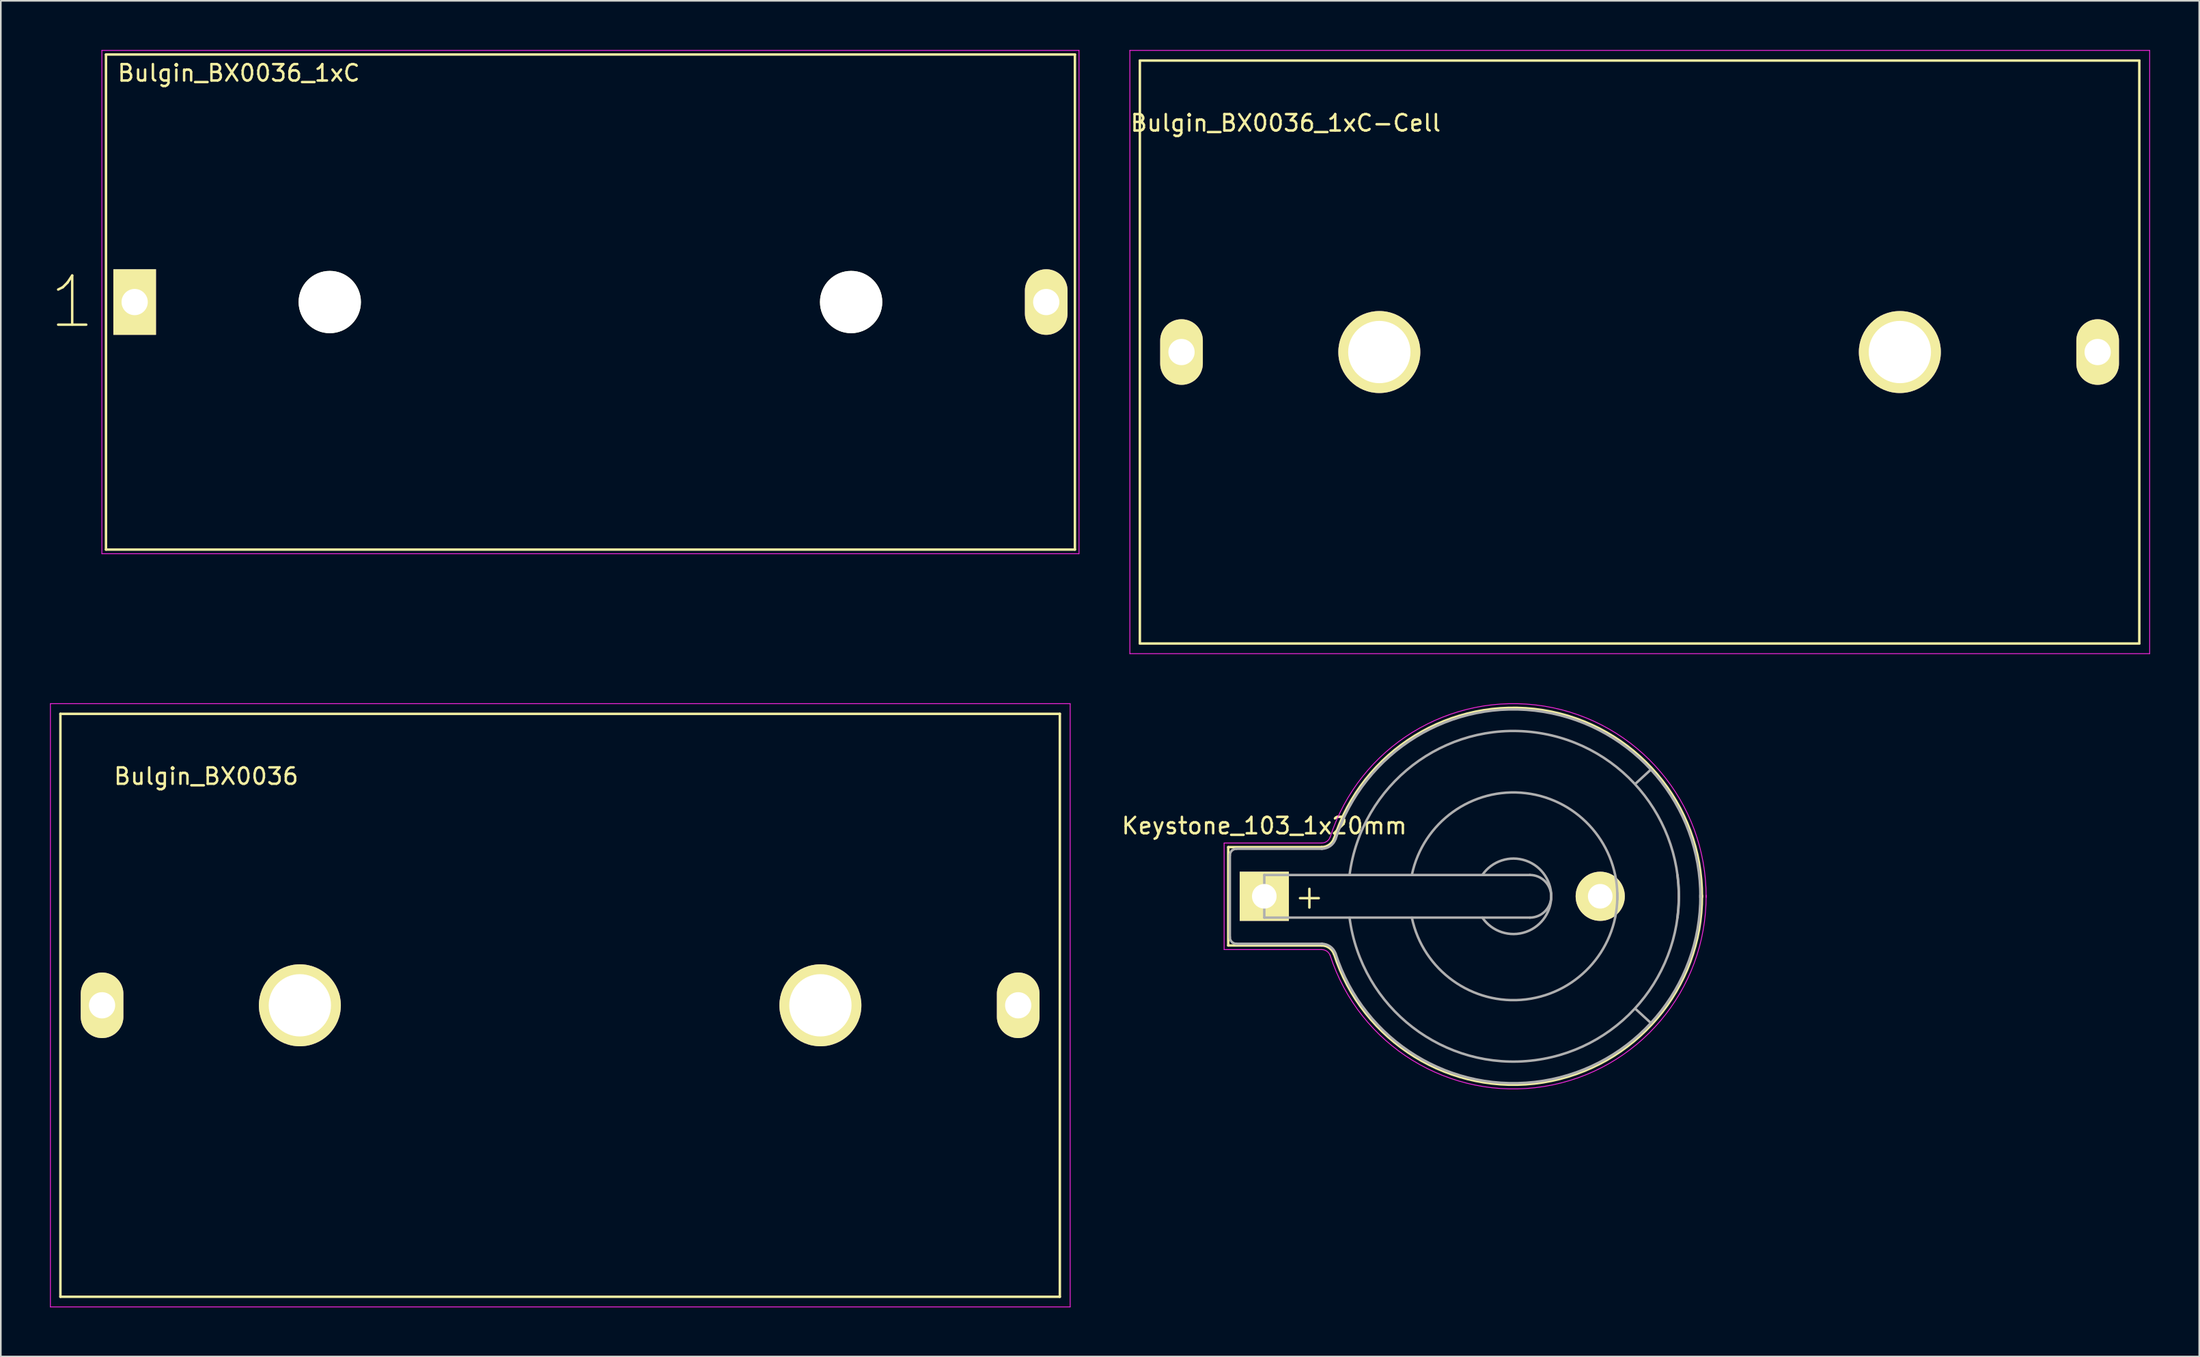
<source format=kicad_pcb>
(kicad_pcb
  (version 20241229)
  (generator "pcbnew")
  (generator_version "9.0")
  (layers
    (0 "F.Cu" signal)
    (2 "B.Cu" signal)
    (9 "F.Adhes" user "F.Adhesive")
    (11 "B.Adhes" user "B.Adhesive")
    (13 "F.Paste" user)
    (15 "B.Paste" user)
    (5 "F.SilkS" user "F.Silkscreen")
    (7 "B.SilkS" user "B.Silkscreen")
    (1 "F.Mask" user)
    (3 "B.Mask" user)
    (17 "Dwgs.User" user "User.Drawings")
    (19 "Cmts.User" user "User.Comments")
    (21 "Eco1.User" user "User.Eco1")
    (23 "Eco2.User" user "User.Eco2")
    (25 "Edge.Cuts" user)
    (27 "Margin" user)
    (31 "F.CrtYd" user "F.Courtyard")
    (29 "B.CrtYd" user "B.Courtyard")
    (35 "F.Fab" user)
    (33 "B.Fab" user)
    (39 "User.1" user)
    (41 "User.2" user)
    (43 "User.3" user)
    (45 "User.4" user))
  (footprint "Keystone_103_1x20mm"
    (layer "F.Cu")
    (at 74.065 51.625)
    (property "Reference" "Keystone_103_1x20mm" (at 0 -4.3 0) (layer "F.SilkS") (effects (font (size 1 1) (thickness 0.15))))
    (attr through_hole)
    (fp_line (start -2.2 -3) (end 3.5 -3) (stroke (width 0.15) (type solid)) (layer "F.SilkS"))
    (fp_line (start -2.2 3) (end -2.2 -3) (stroke (width 0.15) (type solid)) (layer "F.SilkS"))
    (fp_line (start -2.2 3) (end 3.5 3) (stroke (width 0.15) (type solid)) (layer "F.SilkS"))
    (fp_arc (start 3.5 3) (mid 3.958861 3.144678) (end 4.251754 3.526384) (stroke (width 0.15) (type solid)) (layer "F.SilkS"))
    (fp_arc (start 4.25 -3.5) (mid 16.993514 -11.35499) (end 26.695671 0.045281) (stroke (width 0.15) (type solid)) (layer "F.SilkS"))
    (fp_arc (start 4.251754 -3.526384) (mid 3.958861 -3.144678) (end 3.5 -3) (stroke (width 0.15) (type solid)) (layer "F.SilkS"))
    (fp_arc (start 26.695671 -0.045281) (mid 16.993514 11.35499) (end 4.25 3.5) (stroke (width 0.15) (type solid)) (layer "F.SilkS"))
    (fp_line (start -2.45 -3.25) (end 3.5 -3.25) (stroke (width 0.05) (type solid)) (layer "F.CrtYd"))
    (fp_line (start -2.45 3.25) (end -2.45 -3.25) (stroke (width 0.05) (type solid)) (layer "F.CrtYd"))
    (fp_line (start -2.45 3.25) (end 3.5 3.25) (stroke (width 0.05) (type solid)) (layer "F.CrtYd"))
    (fp_arc (start 3.5 3.25) (mid 3.815467 3.349466) (end 4.016831 3.611889) (stroke (width 0.05) (type solid)) (layer "F.CrtYd"))
    (fp_arc (start 4.015 -3.6) (mid 17.056602 -11.602468) (end 26.949865 0.069987) (stroke (width 0.05) (type solid)) (layer "F.CrtYd"))
    (fp_arc (start 4.016831 -3.611889) (mid 3.815467 -3.349466) (end 3.5 -3.25) (stroke (width 0.05) (type solid)) (layer "F.CrtYd"))
    (fp_arc (start 26.949865 -0.069987) (mid 17.056602 11.602468) (end 4.015 3.6) (stroke (width 0.05) (type solid)) (layer "F.CrtYd"))
    (fp_line (start -2.1 -2.5) (end -2.1 2.5) (stroke (width 0.15) (type solid)) (layer "F.Fab"))
    (fp_line (start -1.7 2.9) (end 3.531 2.9) (stroke (width 0.15) (type solid)) (layer "F.Fab"))
    (fp_line (start 0 -1.3) (end 0 1.3) (stroke (width 0.15) (type solid)) (layer "F.Fab"))
    (fp_line (start 0 1.3) (end 16.2 1.3) (stroke (width 0.15) (type solid)) (layer "F.Fab"))
    (fp_line (start 3.531 -2.9) (end -1.7 -2.9) (stroke (width 0.15) (type solid)) (layer "F.Fab"))
    (fp_line (start 16.2 -1.3) (end 0 -1.3) (stroke (width 0.15) (type solid)) (layer "F.Fab"))
    (fp_line (start 23.571 -7.722) (end 22.631 -6.858) (stroke (width 0.15) (type solid)) (layer "F.Fab"))
    (fp_line (start 23.571 7.722) (end 22.657 6.883) (stroke (width 0.15) (type solid)) (layer "F.Fab"))
    (fp_arc (start -2.1 -2.5) (mid -1.982843 -2.782843) (end -1.7 -2.9) (stroke (width 0.15) (type solid)) (layer "F.Fab"))
    (fp_arc (start -1.7 2.9) (mid -1.982843 2.782843) (end -2.1 2.5) (stroke (width 0.15) (type solid)) (layer "F.Fab"))
    (fp_arc (start 3.5 2.9) (mid 4.016219 3.062763) (end 4.345723 3.492182) (stroke (width 0.15) (type solid)) (layer "F.Fab"))
    (fp_arc (start 4.345723 -3.492182) (mid 4.016219 -3.062763) (end 3.5 -2.9) (stroke (width 0.15) (type solid)) (layer "F.Fab"))
    (fp_arc (start 4.35 -3.5) (mid 17.008726 -11.256154) (end 26.600299 0.075351) (stroke (width 0.15) (type solid)) (layer "F.Fab"))
    (fp_arc (start 5.2 -1.3) (mid 16.5 -10) (end 25.2 1.3) (stroke (width 0.15) (type solid)) (layer "F.Fab"))
    (fp_arc (start 9 -1.3) (mid 15.954687 -6.28971) (end 21.531551 0.203631) (stroke (width 0.15) (type solid)) (layer "F.Fab"))
    (fp_arc (start 13.3 -1.3) (mid 15.963947 -2.171724) (end 17.495448 0.175833) (stroke (width 0.15) (type solid)) (layer "F.Fab"))
    (fp_arc (start 16.2 -1.3) (mid 17.5 0) (end 16.2 1.3) (stroke (width 0.15) (type solid)) (layer "F.Fab"))
    (fp_arc (start 17.495448 -0.175833) (mid 15.963947 2.171724) (end 13.3 1.3) (stroke (width 0.15) (type solid)) (layer "F.Fab"))
    (fp_arc (start 21.531551 -0.203631) (mid 15.954687 6.28971) (end 9 1.3) (stroke (width 0.15) (type solid)) (layer "F.Fab"))
    (fp_arc (start 25.2 -1.3) (mid 16.5 10) (end 5.2 1.3) (stroke (width 0.15) (type solid)) (layer "F.Fab"))
    (fp_arc (start 26.600299 -0.075351) (mid 17.008726 11.256154) (end 4.35 3.5) (stroke (width 0.15) (type solid)) (layer "F.Fab"))
    (fp_text user "+" (at 2.75 0 0) (layer "F.SilkS") (effects (font (size 1.5 1.5) (thickness 0.15))))
    (pad "1" thru_hole rect (at 0 0) (size 3 3) (drill 1.5) (layers "*.Cu" "*.Mask" "F.SilkS"))
    (pad "2" thru_hole circle (at 20.49 0) (size 3 3) (drill 1.5) (layers "*.Cu" "*.Mask" "F.SilkS")))
  (footprint "Bulgin_BX0036_1xC"
    (layer "F.Cu")
    (at 5.164 15.375)
    (property "Reference" "Bulgin_BX0036_1xC" (at 6.35 -13.97 180) (layer "F.SilkS") (effects (font (size 1 1) (thickness 0.15))))
    (attr through_hole)
    (fp_line (start -1.75 -15.1) (end -1.75 15.1) (stroke (width 0.15) (type solid)) (layer "F.SilkS"))
    (fp_line (start -1.75 -15.1) (end 57.35 -15.1) (stroke (width 0.15) (type solid)) (layer "F.SilkS"))
    (fp_line (start -1.75 15.1) (end 57.35 15.1) (stroke (width 0.15) (type solid)) (layer "F.SilkS"))
    (fp_line (start 57.35 -15.1) (end 57.35 15.1) (stroke (width 0.15) (type solid)) (layer "F.SilkS"))
    (fp_line (start -2 -15.35) (end 57.6 -15.35) (stroke (width 0.05) (type solid)) (layer "F.CrtYd"))
    (fp_line (start -2 15.35) (end -2 -15.35) (stroke (width 0.05) (type solid)) (layer "F.CrtYd"))
    (fp_line (start 57.6 -15.35) (end 57.6 15.35) (stroke (width 0.05) (type solid)) (layer "F.CrtYd"))
    (fp_line (start 57.6 15.35) (end -2 15.35) (stroke (width 0.05) (type solid)) (layer "F.CrtYd"))
    (fp_text user "1" (at -3.81 0 0) (layer "F.SilkS") (effects (font (size 3 3) (thickness 0.15))))
    (pad "" np_thru_hole circle (at 11.9 0) (size 3.8 3.8) (drill 3.8) (layers "*.Cu" "*.Mask" "F.SilkS"))
    (pad "" np_thru_hole circle (at 43.7 0) (size 3.8 3.8) (drill 3.8) (layers "*.Cu" "*.Mask" "F.SilkS"))
    (pad "1" thru_hole rect (at 0 0) (size 2.6 4) (drill 1.6) (layers "*.Cu" "*.Mask" "F.SilkS"))
    (pad "2" thru_hole oval (at 55.6 0) (size 2.6 4) (drill 1.6) (layers "*.Cu" "*.Mask" "F.SilkS")))
  (footprint "Bulgin_BX0036_1xC-Cell"
    (layer "F.Cu")
    (at 69.016 18.425)
    (property "Reference" "Bulgin_BX0036_1xC-Cell" (at 6.35 -13.97 180) (layer "F.SilkS") (effects (font (size 1 1) (thickness 0.15))))
    (attr through_hole)
    (fp_line (start -2.54 -17.78) (end -2.54 17.78) (stroke (width 0.15) (type solid)) (layer "F.SilkS"))
    (fp_line (start -2.54 -17.78) (end 58.42 -17.78) (stroke (width 0.15) (type solid)) (layer "F.SilkS"))
    (fp_line (start -2.54 17.78) (end 58.42 17.78) (stroke (width 0.15) (type solid)) (layer "F.SilkS"))
    (fp_line (start 58.42 -17.78) (end 58.42 17.78) (stroke (width 0.15) (type solid)) (layer "F.SilkS"))
    (fp_line (start -3.15 -18.4) (end 59.05 -18.4) (stroke (width 0.05) (type solid)) (layer "F.CrtYd"))
    (fp_line (start -3.15 18.4) (end -3.15 -18.4) (stroke (width 0.05) (type solid)) (layer "F.CrtYd"))
    (fp_line (start 59.05 -18.4) (end 59.05 18.4) (stroke (width 0.05) (type solid)) (layer "F.CrtYd"))
    (fp_line (start 59.05 18.4) (end -3.15 18.4) (stroke (width 0.05) (type solid)) (layer "F.CrtYd"))
    (pad "" np_thru_hole circle (at 12.065 0) (size 5 5) (drill 3.8) (layers "*.Cu" "*.Mask" "F.SilkS"))
    (pad "" np_thru_hole circle (at 43.815 0) (size 5 5) (drill 3.8) (layers "*.Cu" "*.Mask" "F.SilkS"))
    (pad "1" thru_hole oval (at 0 0) (size 2.6 4) (drill 1.6) (layers "*.Cu" "*.Mask" "F.SilkS"))
    (pad "2" thru_hole oval (at 55.88 0) (size 2.6 4) (drill 1.6) (layers "*.Cu" "*.Mask" "F.SilkS")))
  (footprint "Bulgin_BX0036"
    (layer "F.Cu")
    (at 3.175 58.275)
    (property "Reference" "Bulgin_BX0036" (at 6.35 -13.97 180) (layer "F.SilkS") (effects (font (size 1 1) (thickness 0.15))))
    (attr through_hole)
    (fp_line (start -2.54 -17.78) (end -2.54 17.78) (stroke (width 0.15) (type solid)) (layer "F.SilkS"))
    (fp_line (start -2.54 -17.78) (end 58.42 -17.78) (stroke (width 0.15) (type solid)) (layer "F.SilkS"))
    (fp_line (start -2.54 17.78) (end 58.42 17.78) (stroke (width 0.15) (type solid)) (layer "F.SilkS"))
    (fp_line (start 58.42 -17.78) (end 58.42 17.78) (stroke (width 0.15) (type solid)) (layer "F.SilkS"))
    (fp_line (start -3.15 -18.4) (end 59.05 -18.4) (stroke (width 0.05) (type solid)) (layer "F.CrtYd"))
    (fp_line (start -3.15 18.4) (end -3.15 -18.4) (stroke (width 0.05) (type solid)) (layer "F.CrtYd"))
    (fp_line (start 59.05 -18.4) (end 59.05 18.4) (stroke (width 0.05) (type solid)) (layer "F.CrtYd"))
    (fp_line (start 59.05 18.4) (end -3.15 18.4) (stroke (width 0.05) (type solid)) (layer "F.CrtYd"))
    (pad "" np_thru_hole circle (at 12.065 0) (size 5 5) (drill 3.8) (layers "*.Cu" "*.Mask" "F.SilkS"))
    (pad "" np_thru_hole circle (at 43.815 0) (size 5 5) (drill 3.8) (layers "*.Cu" "*.Mask" "F.SilkS"))
    (pad "1" thru_hole oval (at 0 0) (size 2.6 4) (drill 1.6) (layers "*.Cu" "*.Mask" "F.SilkS"))
    (pad "2" thru_hole oval (at 55.88 0) (size 2.6 4) (drill 1.6) (layers "*.Cu" "*.Mask" "F.SilkS")))
  (gr_rect
    (start -3 -3)
    (end 131.091 79.7)
    (stroke (width 0.1) (type default))
    (fill no)
    (layer "Edge.Cuts")))
</source>
